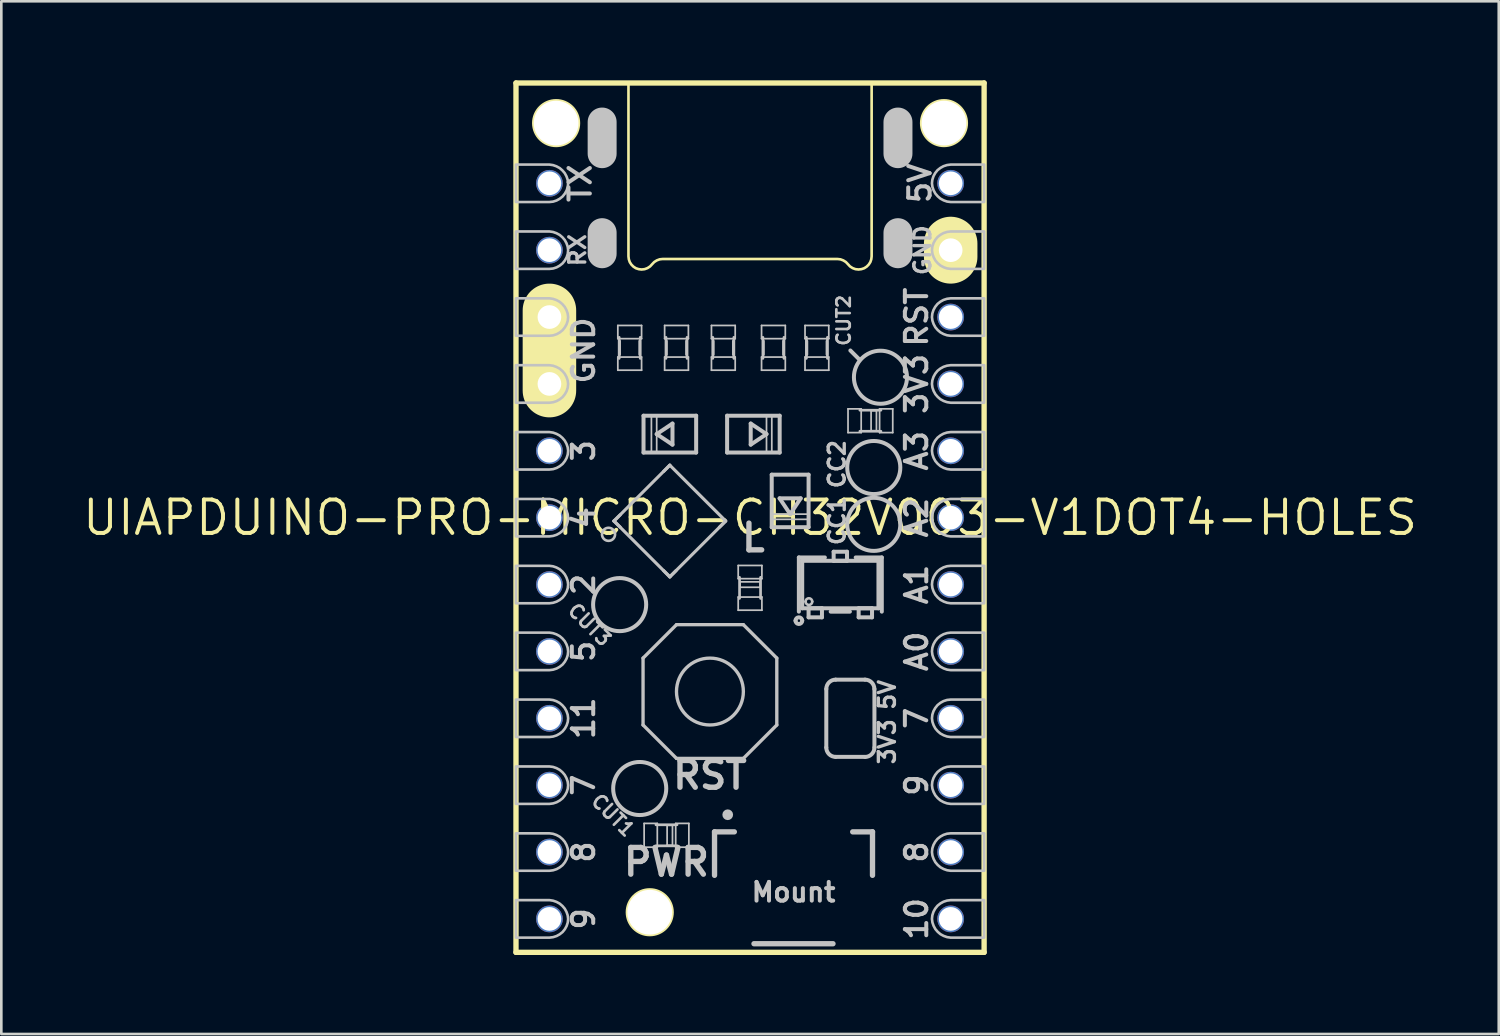
<source format=kicad_pcb>
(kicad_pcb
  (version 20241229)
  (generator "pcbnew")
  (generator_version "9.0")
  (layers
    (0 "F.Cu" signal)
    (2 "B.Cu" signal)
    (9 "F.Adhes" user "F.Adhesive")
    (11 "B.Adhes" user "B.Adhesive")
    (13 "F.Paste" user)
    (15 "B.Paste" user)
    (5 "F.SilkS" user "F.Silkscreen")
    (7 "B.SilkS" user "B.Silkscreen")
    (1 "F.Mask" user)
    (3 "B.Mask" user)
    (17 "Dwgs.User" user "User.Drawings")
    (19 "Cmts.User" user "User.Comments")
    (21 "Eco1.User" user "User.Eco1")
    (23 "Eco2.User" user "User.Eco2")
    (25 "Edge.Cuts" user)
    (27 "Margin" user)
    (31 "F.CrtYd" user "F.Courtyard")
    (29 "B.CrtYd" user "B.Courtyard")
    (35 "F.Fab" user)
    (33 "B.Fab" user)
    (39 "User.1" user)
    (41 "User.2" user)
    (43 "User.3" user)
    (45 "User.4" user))
  (footprint "UIAPDUINO-PRO-MICRO-CH32V003-V1DOT4-HOLES"
    (layer "F.Cu")
    (at 25.438 16.612)
    (property "Reference" "UIAPDUINO-PRO-MICRO-CH32V003-V1DOT4-HOLES" (at 0 0 0) (layer "F.SilkS") (effects (font (size 1.27 1.27) (thickness 0.15))))
    (attr exclude_from_pos_files exclude_from_bom)
    (fp_line (start -8.89 -16.51) (end -8.89 16.51) (stroke (width 0.203) (type solid)) (layer "F.SilkS"))
    (fp_line (start -8.89 16.51) (end 8.89 16.51) (stroke (width 0.203) (type solid)) (layer "F.SilkS"))
    (fp_line (start -7.62 -7.874) (end -7.62 -4.826) (stroke (width 2.032) (type solid)) (layer "F.SilkS"))
    (fp_line (start 7.62 -10.414) (end 7.62 -9.906) (stroke (width 2.032) (type solid)) (layer "F.SilkS"))
    (fp_line (start 8.89 -16.51) (end -8.89 -16.51) (stroke (width 0.203) (type solid)) (layer "F.SilkS"))
    (fp_line (start 8.89 16.51) (end 8.89 -16.51) (stroke (width 0.203) (type solid)) (layer "F.SilkS"))
    (fp_circle (center -7.366 -14.986) (end -7.366 -15.837) (stroke (width 0.127) (type solid)) (fill no) (layer "F.SilkS"))
    (fp_circle (center -3.81 14.986) (end -3.81 14.135) (stroke (width 0.127) (type solid)) (fill no) (layer "F.SilkS"))
    (fp_circle (center 7.366 -14.986) (end 7.366 -15.837) (stroke (width 0.127) (type solid)) (fill no) (layer "F.SilkS"))
    (fp_poly (pts (xy 4.618 -16.525) (xy 4.618 -9.926) (xy 4.605 -9.815) (xy 4.569 -9.708) (xy 4.508 -9.614) (xy 4.43 -9.535) (xy 4.336 -9.474) (xy 4.229 -9.439) (xy 4.12 -9.426) (xy 4.003 -9.439) (xy 3.896 -9.479) (xy 3.797 -9.543) (xy 3.719 -9.627) (xy 3.64 -9.71) (xy 3.543 -9.771) (xy 3.434 -9.812) (xy 3.32 -9.825) (xy -3.32 -9.825) (xy -3.434 -9.812) (xy -3.543 -9.771) (xy -3.64 -9.71) (xy -3.719 -9.627) (xy -3.797 -9.543) (xy -3.896 -9.479) (xy -4.003 -9.439) (xy -4.12 -9.426) (xy -4.229 -9.439) (xy -4.336 -9.474) (xy -4.43 -9.535) (xy -4.508 -9.614) (xy -4.569 -9.708) (xy -4.605 -9.815) (xy -4.618 -9.926) (xy -4.618 -16.525) (xy 4.618 -16.525)) (stroke (width 0.1) (type solid)) (fill no) (layer "F.SilkS"))
    (fp_line (start -7.874 -12.446) (end -7.874 -12.954) (stroke (width 0.066) (type solid)) (layer "Dwgs.User"))
    (fp_line (start -7.874 -9.906) (end -7.874 -10.414) (stroke (width 0.066) (type solid)) (layer "Dwgs.User"))
    (fp_line (start -7.874 -7.366) (end -7.874 -7.874) (stroke (width 0.066) (type solid)) (layer "Dwgs.User"))
    (fp_line (start -7.874 -4.826) (end -7.874 -5.334) (stroke (width 0.066) (type solid)) (layer "Dwgs.User"))
    (fp_line (start -7.874 -2.286) (end -7.874 -2.794) (stroke (width 0.066) (type solid)) (layer "Dwgs.User"))
    (fp_line (start -7.874 0.254) (end -7.874 -0.254) (stroke (width 0.066) (type solid)) (layer "Dwgs.User"))
    (fp_line (start -7.874 2.794) (end -7.874 2.286) (stroke (width 0.066) (type solid)) (layer "Dwgs.User"))
    (fp_line (start -7.874 5.334) (end -7.874 4.826) (stroke (width 0.066) (type solid)) (layer "Dwgs.User"))
    (fp_line (start -7.874 7.874) (end -7.874 7.366) (stroke (width 0.066) (type solid)) (layer "Dwgs.User"))
    (fp_line (start -7.874 10.414) (end -7.874 9.906) (stroke (width 0.066) (type solid)) (layer "Dwgs.User"))
    (fp_line (start -7.874 12.954) (end -7.874 12.446) (stroke (width 0.066) (type solid)) (layer "Dwgs.User"))
    (fp_line (start -7.874 15.494) (end -7.874 14.986) (stroke (width 0.066) (type solid)) (layer "Dwgs.User"))
    (fp_line (start -7.366 -12.954) (end -7.874 -12.954) (stroke (width 0.066) (type solid)) (layer "Dwgs.User"))
    (fp_line (start -7.366 -12.446) (end -7.874 -12.446) (stroke (width 0.066) (type solid)) (layer "Dwgs.User"))
    (fp_line (start -7.366 -12.446) (end -7.366 -12.954) (stroke (width 0.066) (type solid)) (layer "Dwgs.User"))
    (fp_line (start -7.366 -10.414) (end -7.874 -10.414) (stroke (width 0.066) (type solid)) (layer "Dwgs.User"))
    (fp_line (start -7.366 -9.906) (end -7.874 -9.906) (stroke (width 0.066) (type solid)) (layer "Dwgs.User"))
    (fp_line (start -7.366 -9.906) (end -7.366 -10.414) (stroke (width 0.066) (type solid)) (layer "Dwgs.User"))
    (fp_line (start -7.366 -7.874) (end -7.874 -7.874) (stroke (width 0.066) (type solid)) (layer "Dwgs.User"))
    (fp_line (start -7.366 -7.366) (end -7.874 -7.366) (stroke (width 0.066) (type solid)) (layer "Dwgs.User"))
    (fp_line (start -7.366 -7.366) (end -7.366 -7.874) (stroke (width 0.066) (type solid)) (layer "Dwgs.User"))
    (fp_line (start -7.366 -5.334) (end -7.874 -5.334) (stroke (width 0.066) (type solid)) (layer "Dwgs.User"))
    (fp_line (start -7.366 -4.826) (end -7.874 -4.826) (stroke (width 0.066) (type solid)) (layer "Dwgs.User"))
    (fp_line (start -7.366 -4.826) (end -7.366 -5.334) (stroke (width 0.066) (type solid)) (layer "Dwgs.User"))
    (fp_line (start -7.366 -2.794) (end -7.874 -2.794) (stroke (width 0.066) (type solid)) (layer "Dwgs.User"))
    (fp_line (start -7.366 -2.286) (end -7.874 -2.286) (stroke (width 0.066) (type solid)) (layer "Dwgs.User"))
    (fp_line (start -7.366 -2.286) (end -7.366 -2.794) (stroke (width 0.066) (type solid)) (layer "Dwgs.User"))
    (fp_line (start -7.366 -0.254) (end -7.874 -0.254) (stroke (width 0.066) (type solid)) (layer "Dwgs.User"))
    (fp_line (start -7.366 0.254) (end -7.874 0.254) (stroke (width 0.066) (type solid)) (layer "Dwgs.User"))
    (fp_line (start -7.366 0.254) (end -7.366 -0.254) (stroke (width 0.066) (type solid)) (layer "Dwgs.User"))
    (fp_line (start -7.366 2.286) (end -7.874 2.286) (stroke (width 0.066) (type solid)) (layer "Dwgs.User"))
    (fp_line (start -7.366 2.794) (end -7.874 2.794) (stroke (width 0.066) (type solid)) (layer "Dwgs.User"))
    (fp_line (start -7.366 2.794) (end -7.366 2.286) (stroke (width 0.066) (type solid)) (layer "Dwgs.User"))
    (fp_line (start -7.366 4.826) (end -7.874 4.826) (stroke (width 0.066) (type solid)) (layer "Dwgs.User"))
    (fp_line (start -7.366 5.334) (end -7.874 5.334) (stroke (width 0.066) (type solid)) (layer "Dwgs.User"))
    (fp_line (start -7.366 5.334) (end -7.366 4.826) (stroke (width 0.066) (type solid)) (layer "Dwgs.User"))
    (fp_line (start -7.366 7.366) (end -7.874 7.366) (stroke (width 0.066) (type solid)) (layer "Dwgs.User"))
    (fp_line (start -7.366 7.874) (end -7.874 7.874) (stroke (width 0.066) (type solid)) (layer "Dwgs.User"))
    (fp_line (start -7.366 7.874) (end -7.366 7.366) (stroke (width 0.066) (type solid)) (layer "Dwgs.User"))
    (fp_line (start -7.366 9.906) (end -7.874 9.906) (stroke (width 0.066) (type solid)) (layer "Dwgs.User"))
    (fp_line (start -7.366 10.414) (end -7.874 10.414) (stroke (width 0.066) (type solid)) (layer "Dwgs.User"))
    (fp_line (start -7.366 10.414) (end -7.366 9.906) (stroke (width 0.066) (type solid)) (layer "Dwgs.User"))
    (fp_line (start -7.366 12.446) (end -7.874 12.446) (stroke (width 0.066) (type solid)) (layer "Dwgs.User"))
    (fp_line (start -7.366 12.954) (end -7.874 12.954) (stroke (width 0.066) (type solid)) (layer "Dwgs.User"))
    (fp_line (start -7.366 12.954) (end -7.366 12.446) (stroke (width 0.066) (type solid)) (layer "Dwgs.User"))
    (fp_line (start -7.366 14.986) (end -7.874 14.986) (stroke (width 0.066) (type solid)) (layer "Dwgs.User"))
    (fp_line (start -7.366 15.494) (end -7.874 15.494) (stroke (width 0.066) (type solid)) (layer "Dwgs.User"))
    (fp_line (start -7.366 15.494) (end -7.366 14.986) (stroke (width 0.066) (type solid)) (layer "Dwgs.User"))
    (fp_line (start -5.618 -13.825) (end -5.618 -15.027) (stroke (width 1.1) (type solid)) (layer "Dwgs.User"))
    (fp_line (start -5.618 -10.025) (end -5.618 -10.825) (stroke (width 1.1) (type solid)) (layer "Dwgs.User"))
    (fp_line (start -5.169 0.127) (end -4.93 -0.109) (stroke (width 0.119) (type solid)) (layer "Dwgs.User"))
    (fp_line (start -5.169 0.127) (end -3.048 -1.994) (stroke (width 0.119) (type solid)) (layer "Dwgs.User"))
    (fp_line (start -5.022 -7.3) (end -5.022 -6.8) (stroke (width 0.066) (type solid)) (layer "Dwgs.User"))
    (fp_line (start -5.022 -6.101) (end -5.022 -5.601) (stroke (width 0.066) (type solid)) (layer "Dwgs.User"))
    (fp_line (start -4.971 -6.05) (end -4.971 -6.85) (stroke (width 0.102) (type solid)) (layer "Dwgs.User"))
    (fp_line (start -4.953 -6.198) (end -4.953 -6.706) (stroke (width 0.102) (type solid)) (layer "Dwgs.User"))
    (fp_line (start -4.93 0.363) (end -5.169 0.127) (stroke (width 0.119) (type solid)) (layer "Dwgs.User"))
    (fp_line (start -4.191 -6.198) (end -4.191 -6.706) (stroke (width 0.102) (type solid)) (layer "Dwgs.User"))
    (fp_line (start -4.171 -6.05) (end -4.171 -6.85) (stroke (width 0.102) (type solid)) (layer "Dwgs.User"))
    (fp_line (start -4.12 -7.3) (end -5.022 -7.3) (stroke (width 0.066) (type solid)) (layer "Dwgs.User"))
    (fp_line (start -4.12 -7.3) (end -4.12 -6.8) (stroke (width 0.066) (type solid)) (layer "Dwgs.User"))
    (fp_line (start -4.12 -6.8) (end -5.022 -6.8) (stroke (width 0.066) (type solid)) (layer "Dwgs.User"))
    (fp_line (start -4.12 -6.101) (end -5.022 -6.101) (stroke (width 0.066) (type solid)) (layer "Dwgs.User"))
    (fp_line (start -4.12 -6.101) (end -4.12 -5.601) (stroke (width 0.066) (type solid)) (layer "Dwgs.User"))
    (fp_line (start -4.12 -5.601) (end -5.022 -5.601) (stroke (width 0.066) (type solid)) (layer "Dwgs.User"))
    (fp_line (start -4.064 5.334) (end -4.064 7.874) (stroke (width 0.127) (type solid)) (layer "Dwgs.User"))
    (fp_line (start -4.064 7.874) (end -2.794 9.144) (stroke (width 0.127) (type solid)) (layer "Dwgs.User"))
    (fp_line (start -4.046 -3.873) (end -2.047 -3.873) (stroke (width 0.152) (type solid)) (layer "Dwgs.User"))
    (fp_line (start -4.046 -2.474) (end -4.046 -3.873) (stroke (width 0.152) (type solid)) (layer "Dwgs.User"))
    (fp_line (start -4.023 11.613) (end -4.023 12.515) (stroke (width 0.066) (type solid)) (layer "Dwgs.User"))
    (fp_line (start -4.023 11.613) (end -3.523 11.613) (stroke (width 0.066) (type solid)) (layer "Dwgs.User"))
    (fp_line (start -4.023 12.515) (end -3.523 12.515) (stroke (width 0.066) (type solid)) (layer "Dwgs.User"))
    (fp_line (start -3.747 -3.873) (end -3.546 -3.873) (stroke (width 0.066) (type solid)) (layer "Dwgs.User"))
    (fp_line (start -3.747 -2.474) (end -3.747 -3.873) (stroke (width 0.066) (type solid)) (layer "Dwgs.User"))
    (fp_line (start -3.747 -2.474) (end -3.546 -2.474) (stroke (width 0.066) (type solid)) (layer "Dwgs.User"))
    (fp_line (start -3.546 -3.175) (end -2.946 -3.574) (stroke (width 0.152) (type solid)) (layer "Dwgs.User"))
    (fp_line (start -3.546 -2.474) (end -3.546 -3.873) (stroke (width 0.066) (type solid)) (layer "Dwgs.User"))
    (fp_line (start -3.523 11.613) (end -3.523 12.515) (stroke (width 0.066) (type solid)) (layer "Dwgs.User"))
    (fp_line (start -3.284 2.009) (end -3.048 2.248) (stroke (width 0.119) (type solid)) (layer "Dwgs.User"))
    (fp_line (start -3.244 -7.3) (end -3.244 -6.8) (stroke (width 0.066) (type solid)) (layer "Dwgs.User"))
    (fp_line (start -3.244 -6.101) (end -3.244 -5.601) (stroke (width 0.066) (type solid)) (layer "Dwgs.User"))
    (fp_line (start -3.193 -6.05) (end -3.193 -6.85) (stroke (width 0.102) (type solid)) (layer "Dwgs.User"))
    (fp_line (start -3.175 -6.198) (end -3.175 -6.706) (stroke (width 0.102) (type solid)) (layer "Dwgs.User"))
    (fp_line (start -3.15 11.684) (end -3.15 12.446) (stroke (width 0.066) (type solid)) (layer "Dwgs.User"))
    (fp_line (start -3.15 11.684) (end -2.946 11.684) (stroke (width 0.066) (type solid)) (layer "Dwgs.User"))
    (fp_line (start -3.15 12.446) (end -2.946 12.446) (stroke (width 0.066) (type solid)) (layer "Dwgs.User"))
    (fp_line (start -3.048 -1.994) (end -3.284 -1.755) (stroke (width 0.119) (type solid)) (layer "Dwgs.User"))
    (fp_line (start -3.048 -1.994) (end -0.925 0.127) (stroke (width 0.119) (type solid)) (layer "Dwgs.User"))
    (fp_line (start -3.048 2.248) (end -5.169 0.127) (stroke (width 0.119) (type solid)) (layer "Dwgs.User"))
    (fp_line (start -3.048 2.248) (end -2.809 2.009) (stroke (width 0.119) (type solid)) (layer "Dwgs.User"))
    (fp_line (start -2.946 -3.574) (end -2.946 -2.774) (stroke (width 0.152) (type solid)) (layer "Dwgs.User"))
    (fp_line (start -2.946 -2.774) (end -3.546 -3.175) (stroke (width 0.152) (type solid)) (layer "Dwgs.User"))
    (fp_line (start -2.946 11.684) (end -2.946 12.446) (stroke (width 0.066) (type solid)) (layer "Dwgs.User"))
    (fp_line (start -2.824 11.613) (end -2.824 12.515) (stroke (width 0.066) (type solid)) (layer "Dwgs.User"))
    (fp_line (start -2.824 11.613) (end -2.324 11.613) (stroke (width 0.066) (type solid)) (layer "Dwgs.User"))
    (fp_line (start -2.824 12.515) (end -2.324 12.515) (stroke (width 0.066) (type solid)) (layer "Dwgs.User"))
    (fp_line (start -2.794 4.064) (end -4.064 5.334) (stroke (width 0.127) (type solid)) (layer "Dwgs.User"))
    (fp_line (start -2.794 9.144) (end -0.254 9.144) (stroke (width 0.127) (type solid)) (layer "Dwgs.User"))
    (fp_line (start -2.774 11.664) (end -3.574 11.664) (stroke (width 0.102) (type solid)) (layer "Dwgs.User"))
    (fp_line (start -2.774 12.464) (end -3.574 12.464) (stroke (width 0.102) (type solid)) (layer "Dwgs.User"))
    (fp_line (start -2.413 -6.198) (end -2.413 -6.706) (stroke (width 0.102) (type solid)) (layer "Dwgs.User"))
    (fp_line (start -2.393 -6.05) (end -2.393 -6.85) (stroke (width 0.102) (type solid)) (layer "Dwgs.User"))
    (fp_line (start -2.342 -7.3) (end -3.244 -7.3) (stroke (width 0.066) (type solid)) (layer "Dwgs.User"))
    (fp_line (start -2.342 -7.3) (end -2.342 -6.8) (stroke (width 0.066) (type solid)) (layer "Dwgs.User"))
    (fp_line (start -2.342 -6.8) (end -3.244 -6.8) (stroke (width 0.066) (type solid)) (layer "Dwgs.User"))
    (fp_line (start -2.342 -6.101) (end -3.244 -6.101) (stroke (width 0.066) (type solid)) (layer "Dwgs.User"))
    (fp_line (start -2.342 -6.101) (end -2.342 -5.601) (stroke (width 0.066) (type solid)) (layer "Dwgs.User"))
    (fp_line (start -2.342 -5.601) (end -3.244 -5.601) (stroke (width 0.066) (type solid)) (layer "Dwgs.User"))
    (fp_line (start -2.324 11.613) (end -2.324 12.515) (stroke (width 0.066) (type solid)) (layer "Dwgs.User"))
    (fp_line (start -2.047 -3.873) (end -2.047 -2.474) (stroke (width 0.152) (type solid)) (layer "Dwgs.User"))
    (fp_line (start -2.047 -2.474) (end -4.046 -2.474) (stroke (width 0.152) (type solid)) (layer "Dwgs.User"))
    (fp_line (start -1.466 -7.3) (end -1.466 -6.8) (stroke (width 0.066) (type solid)) (layer "Dwgs.User"))
    (fp_line (start -1.466 -6.101) (end -1.466 -5.601) (stroke (width 0.066) (type solid)) (layer "Dwgs.User"))
    (fp_line (start -1.415 -6.05) (end -1.415 -6.85) (stroke (width 0.102) (type solid)) (layer "Dwgs.User"))
    (fp_line (start -1.397 -6.198) (end -1.397 -6.706) (stroke (width 0.102) (type solid)) (layer "Dwgs.User"))
    (fp_line (start -1.349 11.933) (end -0.597 11.933) (stroke (width 0.203) (type solid)) (layer "Dwgs.User"))
    (fp_line (start -1.349 13.584) (end -1.349 11.933) (stroke (width 0.203) (type solid)) (layer "Dwgs.User"))
    (fp_line (start -0.925 0.127) (end -3.048 2.248) (stroke (width 0.119) (type solid)) (layer "Dwgs.User"))
    (fp_line (start -0.925 0.127) (end -1.163 0.363) (stroke (width 0.119) (type solid)) (layer "Dwgs.User"))
    (fp_line (start -0.871 -3.873) (end 1.125 -3.873) (stroke (width 0.152) (type solid)) (layer "Dwgs.User"))
    (fp_line (start -0.871 -2.474) (end -0.871 -3.873) (stroke (width 0.152) (type solid)) (layer "Dwgs.User"))
    (fp_line (start -0.635 -6.198) (end -0.635 -6.706) (stroke (width 0.102) (type solid)) (layer "Dwgs.User"))
    (fp_line (start -0.615 -6.05) (end -0.615 -6.85) (stroke (width 0.102) (type solid)) (layer "Dwgs.User"))
    (fp_line (start -0.564 -7.3) (end -1.466 -7.3) (stroke (width 0.066) (type solid)) (layer "Dwgs.User"))
    (fp_line (start -0.564 -7.3) (end -0.564 -6.8) (stroke (width 0.066) (type solid)) (layer "Dwgs.User"))
    (fp_line (start -0.564 -6.8) (end -1.466 -6.8) (stroke (width 0.066) (type solid)) (layer "Dwgs.User"))
    (fp_line (start -0.564 -6.101) (end -1.466 -6.101) (stroke (width 0.066) (type solid)) (layer "Dwgs.User"))
    (fp_line (start -0.564 -6.101) (end -0.564 -5.601) (stroke (width 0.066) (type solid)) (layer "Dwgs.User"))
    (fp_line (start -0.564 -5.601) (end -1.466 -5.601) (stroke (width 0.066) (type solid)) (layer "Dwgs.User"))
    (fp_line (start -0.45 1.816) (end 0.45 1.816) (stroke (width 0.066) (type solid)) (layer "Dwgs.User"))
    (fp_line (start -0.45 2.316) (end -0.45 1.816) (stroke (width 0.066) (type solid)) (layer "Dwgs.User"))
    (fp_line (start -0.45 2.316) (end 0.45 2.316) (stroke (width 0.066) (type solid)) (layer "Dwgs.User"))
    (fp_line (start -0.45 3.015) (end 0.45 3.015) (stroke (width 0.066) (type solid)) (layer "Dwgs.User"))
    (fp_line (start -0.45 3.515) (end -0.45 3.015) (stroke (width 0.066) (type solid)) (layer "Dwgs.User"))
    (fp_line (start -0.45 3.515) (end 0.45 3.515) (stroke (width 0.066) (type solid)) (layer "Dwgs.User"))
    (fp_line (start -0.399 2.266) (end -0.399 3.066) (stroke (width 0.102) (type solid)) (layer "Dwgs.User"))
    (fp_line (start -0.381 2.438) (end 0.381 2.438) (stroke (width 0.066) (type solid)) (layer "Dwgs.User"))
    (fp_line (start -0.381 2.642) (end -0.381 2.438) (stroke (width 0.066) (type solid)) (layer "Dwgs.User"))
    (fp_line (start -0.381 2.642) (end 0.381 2.642) (stroke (width 0.066) (type solid)) (layer "Dwgs.User"))
    (fp_line (start -0.254 4.064) (end -2.794 4.064) (stroke (width 0.127) (type solid)) (layer "Dwgs.User"))
    (fp_line (start -0.254 9.144) (end 1.016 7.874) (stroke (width 0.127) (type solid)) (layer "Dwgs.User"))
    (fp_line (start 0.025 -3.574) (end 0.625 -3.175) (stroke (width 0.152) (type solid)) (layer "Dwgs.User"))
    (fp_line (start 0.025 -2.774) (end 0.025 -3.574) (stroke (width 0.152) (type solid)) (layer "Dwgs.User"))
    (fp_line (start 0.15 16.182) (end 3.15 16.182) (stroke (width 0.203) (type solid)) (layer "Dwgs.User"))
    (fp_line (start 0.381 2.642) (end 0.381 2.438) (stroke (width 0.066) (type solid)) (layer "Dwgs.User"))
    (fp_line (start 0.399 2.266) (end 0.399 3.066) (stroke (width 0.102) (type solid)) (layer "Dwgs.User"))
    (fp_line (start 0.437 -7.3) (end 0.437 -6.8) (stroke (width 0.066) (type solid)) (layer "Dwgs.User"))
    (fp_line (start 0.437 -6.101) (end 0.437 -5.601) (stroke (width 0.066) (type solid)) (layer "Dwgs.User"))
    (fp_line (start 0.45 2.316) (end 0.45 1.816) (stroke (width 0.066) (type solid)) (layer "Dwgs.User"))
    (fp_line (start 0.45 3.515) (end 0.45 3.015) (stroke (width 0.066) (type solid)) (layer "Dwgs.User"))
    (fp_line (start 0.488 -6.05) (end 0.488 -6.85) (stroke (width 0.102) (type solid)) (layer "Dwgs.User"))
    (fp_line (start 0.508 -6.198) (end 0.508 -6.706) (stroke (width 0.102) (type solid)) (layer "Dwgs.User"))
    (fp_line (start 0.625 -3.873) (end 0.625 -2.474) (stroke (width 0.066) (type solid)) (layer "Dwgs.User"))
    (fp_line (start 0.625 -3.175) (end 0.025 -2.774) (stroke (width 0.152) (type solid)) (layer "Dwgs.User"))
    (fp_line (start 0.823 -1.633) (end 2.223 -1.633) (stroke (width 0.152) (type solid)) (layer "Dwgs.User"))
    (fp_line (start 0.823 0.064) (end 0.823 -0.135) (stroke (width 0.066) (type solid)) (layer "Dwgs.User"))
    (fp_line (start 0.823 0.363) (end 0.823 -1.633) (stroke (width 0.152) (type solid)) (layer "Dwgs.User"))
    (fp_line (start 0.826 -3.873) (end 0.625 -3.873) (stroke (width 0.066) (type solid)) (layer "Dwgs.User"))
    (fp_line (start 0.826 -3.873) (end 0.826 -2.474) (stroke (width 0.066) (type solid)) (layer "Dwgs.User"))
    (fp_line (start 0.826 -2.474) (end 0.625 -2.474) (stroke (width 0.066) (type solid)) (layer "Dwgs.User"))
    (fp_line (start 1.016 5.334) (end -0.254 4.064) (stroke (width 0.127) (type solid)) (layer "Dwgs.User"))
    (fp_line (start 1.016 7.874) (end 1.016 5.334) (stroke (width 0.127) (type solid)) (layer "Dwgs.User"))
    (fp_line (start 1.123 -0.734) (end 1.923 -0.734) (stroke (width 0.152) (type solid)) (layer "Dwgs.User"))
    (fp_line (start 1.125 -3.873) (end 1.125 -2.474) (stroke (width 0.152) (type solid)) (layer "Dwgs.User"))
    (fp_line (start 1.125 -2.474) (end -0.871 -2.474) (stroke (width 0.152) (type solid)) (layer "Dwgs.User"))
    (fp_line (start 1.27 -6.198) (end 1.27 -6.706) (stroke (width 0.102) (type solid)) (layer "Dwgs.User"))
    (fp_line (start 1.288 -6.05) (end 1.288 -6.85) (stroke (width 0.102) (type solid)) (layer "Dwgs.User"))
    (fp_line (start 1.339 -7.3) (end 0.437 -7.3) (stroke (width 0.066) (type solid)) (layer "Dwgs.User"))
    (fp_line (start 1.339 -7.3) (end 1.339 -6.8) (stroke (width 0.066) (type solid)) (layer "Dwgs.User"))
    (fp_line (start 1.339 -6.8) (end 0.437 -6.8) (stroke (width 0.066) (type solid)) (layer "Dwgs.User"))
    (fp_line (start 1.339 -6.101) (end 0.437 -6.101) (stroke (width 0.066) (type solid)) (layer "Dwgs.User"))
    (fp_line (start 1.339 -6.101) (end 1.339 -5.601) (stroke (width 0.066) (type solid)) (layer "Dwgs.User"))
    (fp_line (start 1.339 -5.601) (end 0.437 -5.601) (stroke (width 0.066) (type solid)) (layer "Dwgs.User"))
    (fp_line (start 1.524 -0.135) (end 1.123 -0.734) (stroke (width 0.152) (type solid)) (layer "Dwgs.User"))
    (fp_line (start 1.854 1.511) (end 1.854 3.569) (stroke (width 0.152) (type solid)) (layer "Dwgs.User"))
    (fp_line (start 1.923 -0.734) (end 1.524 -0.135) (stroke (width 0.152) (type solid)) (layer "Dwgs.User"))
    (fp_line (start 1.981 1.638) (end 1.981 3.442) (stroke (width 0.152) (type solid)) (layer "Dwgs.User"))
    (fp_line (start 1.981 3.442) (end 4.877 3.442) (stroke (width 0.152) (type solid)) (layer "Dwgs.User"))
    (fp_line (start 2.088 -7.3) (end 2.088 -6.8) (stroke (width 0.066) (type solid)) (layer "Dwgs.User"))
    (fp_line (start 2.088 -6.101) (end 2.088 -5.601) (stroke (width 0.066) (type solid)) (layer "Dwgs.User"))
    (fp_line (start 2.139 -6.05) (end 2.139 -6.85) (stroke (width 0.102) (type solid)) (layer "Dwgs.User"))
    (fp_line (start 2.159 -6.198) (end 2.159 -6.706) (stroke (width 0.102) (type solid)) (layer "Dwgs.User"))
    (fp_line (start 2.223 -1.633) (end 2.223 0.363) (stroke (width 0.152) (type solid)) (layer "Dwgs.User"))
    (fp_line (start 2.223 -0.135) (end 0.823 -0.135) (stroke (width 0.066) (type solid)) (layer "Dwgs.User"))
    (fp_line (start 2.223 0.064) (end 0.823 0.064) (stroke (width 0.066) (type solid)) (layer "Dwgs.User"))
    (fp_line (start 2.223 0.064) (end 2.223 -0.135) (stroke (width 0.066) (type solid)) (layer "Dwgs.User"))
    (fp_line (start 2.223 0.363) (end 0.823 0.363) (stroke (width 0.152) (type solid)) (layer "Dwgs.User"))
    (fp_line (start 2.223 3.442) (end 2.223 3.785) (stroke (width 0.152) (type solid)) (layer "Dwgs.User"))
    (fp_line (start 2.223 3.785) (end 2.731 3.785) (stroke (width 0.152) (type solid)) (layer "Dwgs.User"))
    (fp_line (start 2.731 3.442) (end 2.223 3.442) (stroke (width 0.152) (type solid)) (layer "Dwgs.User"))
    (fp_line (start 2.731 3.785) (end 2.731 3.442) (stroke (width 0.152) (type solid)) (layer "Dwgs.User"))
    (fp_line (start 2.842 1.511) (end 1.854 1.511) (stroke (width 0.152) (type solid)) (layer "Dwgs.User"))
    (fp_line (start 2.896 8.73) (end 2.896 6.507) (stroke (width 0.152) (type solid)) (layer "Dwgs.User"))
    (fp_line (start 2.921 -6.198) (end 2.921 -6.706) (stroke (width 0.102) (type solid)) (layer "Dwgs.User"))
    (fp_line (start 2.939 -6.05) (end 2.939 -6.85) (stroke (width 0.102) (type solid)) (layer "Dwgs.User"))
    (fp_line (start 2.99 -7.3) (end 2.088 -7.3) (stroke (width 0.066) (type solid)) (layer "Dwgs.User"))
    (fp_line (start 2.99 -7.3) (end 2.99 -6.8) (stroke (width 0.066) (type solid)) (layer "Dwgs.User"))
    (fp_line (start 2.99 -6.8) (end 2.088 -6.8) (stroke (width 0.066) (type solid)) (layer "Dwgs.User"))
    (fp_line (start 2.99 -6.101) (end 2.088 -6.101) (stroke (width 0.066) (type solid)) (layer "Dwgs.User"))
    (fp_line (start 2.99 -6.101) (end 2.99 -5.601) (stroke (width 0.066) (type solid)) (layer "Dwgs.User"))
    (fp_line (start 2.99 -5.601) (end 2.088 -5.601) (stroke (width 0.066) (type solid)) (layer "Dwgs.User"))
    (fp_line (start 3.063 3.569) (end 3.792 3.569) (stroke (width 0.152) (type solid)) (layer "Dwgs.User"))
    (fp_line (start 3.175 1.293) (end 3.175 1.638) (stroke (width 0.152) (type solid)) (layer "Dwgs.User"))
    (fp_line (start 3.175 1.638) (end 3.683 1.638) (stroke (width 0.152) (type solid)) (layer "Dwgs.User"))
    (fp_line (start 3.683 1.293) (end 3.175 1.293) (stroke (width 0.152) (type solid)) (layer "Dwgs.User"))
    (fp_line (start 3.683 1.638) (end 3.683 1.293) (stroke (width 0.152) (type solid)) (layer "Dwgs.User"))
    (fp_line (start 3.721 -4.133) (end 3.721 -3.231) (stroke (width 0.066) (type solid)) (layer "Dwgs.User"))
    (fp_line (start 3.721 -4.133) (end 4.221 -4.133) (stroke (width 0.066) (type solid)) (layer "Dwgs.User"))
    (fp_line (start 3.721 -3.231) (end 4.221 -3.231) (stroke (width 0.066) (type solid)) (layer "Dwgs.User"))
    (fp_line (start 3.899 11.933) (end 4.651 11.933) (stroke (width 0.203) (type solid)) (layer "Dwgs.User"))
    (fp_line (start 4.125 3.442) (end 4.125 3.785) (stroke (width 0.152) (type solid)) (layer "Dwgs.User"))
    (fp_line (start 4.125 3.785) (end 4.633 3.785) (stroke (width 0.152) (type solid)) (layer "Dwgs.User"))
    (fp_line (start 4.166 -5.994) (end 3.81 -6.35) (stroke (width 0.152) (type solid)) (layer "Dwgs.User"))
    (fp_line (start 4.221 -4.133) (end 4.221 -3.231) (stroke (width 0.066) (type solid)) (layer "Dwgs.User"))
    (fp_line (start 4.366 6.152) (end 3.251 6.152) (stroke (width 0.152) (type solid)) (layer "Dwgs.User"))
    (fp_line (start 4.366 9.086) (end 3.251 9.086) (stroke (width 0.152) (type solid)) (layer "Dwgs.User"))
    (fp_line (start 4.597 -4.064) (end 4.597 -3.302) (stroke (width 0.066) (type solid)) (layer "Dwgs.User"))
    (fp_line (start 4.597 -4.064) (end 4.801 -4.064) (stroke (width 0.066) (type solid)) (layer "Dwgs.User"))
    (fp_line (start 4.597 -3.302) (end 4.801 -3.302) (stroke (width 0.066) (type solid)) (layer "Dwgs.User"))
    (fp_line (start 4.633 3.442) (end 4.125 3.442) (stroke (width 0.152) (type solid)) (layer "Dwgs.User"))
    (fp_line (start 4.633 3.785) (end 4.633 3.442) (stroke (width 0.152) (type solid)) (layer "Dwgs.User"))
    (fp_line (start 4.651 11.933) (end 4.651 13.584) (stroke (width 0.203) (type solid)) (layer "Dwgs.User"))
    (fp_line (start 4.724 6.507) (end 4.724 8.73) (stroke (width 0.152) (type solid)) (layer "Dwgs.User"))
    (fp_line (start 4.801 -4.064) (end 4.801 -3.302) (stroke (width 0.066) (type solid)) (layer "Dwgs.User"))
    (fp_line (start 4.877 1.638) (end 1.981 1.638) (stroke (width 0.152) (type solid)) (layer "Dwgs.User"))
    (fp_line (start 4.877 3.442) (end 4.877 1.638) (stroke (width 0.152) (type solid)) (layer "Dwgs.User"))
    (fp_line (start 4.92 -4.133) (end 4.92 -3.231) (stroke (width 0.066) (type solid)) (layer "Dwgs.User"))
    (fp_line (start 4.92 -4.133) (end 5.42 -4.133) (stroke (width 0.066) (type solid)) (layer "Dwgs.User"))
    (fp_line (start 4.92 -3.231) (end 5.42 -3.231) (stroke (width 0.066) (type solid)) (layer "Dwgs.User"))
    (fp_line (start 4.971 -4.082) (end 4.171 -4.082) (stroke (width 0.102) (type solid)) (layer "Dwgs.User"))
    (fp_line (start 4.971 -3.282) (end 4.171 -3.282) (stroke (width 0.102) (type solid)) (layer "Dwgs.User"))
    (fp_line (start 5.004 1.511) (end 4.013 1.511) (stroke (width 0.152) (type solid)) (layer "Dwgs.User"))
    (fp_line (start 5.004 3.569) (end 5.004 1.511) (stroke (width 0.152) (type solid)) (layer "Dwgs.User"))
    (fp_line (start 5.42 -4.133) (end 5.42 -3.231) (stroke (width 0.066) (type solid)) (layer "Dwgs.User"))
    (fp_line (start 5.618 -13.825) (end 5.618 -15.027) (stroke (width 1.1) (type solid)) (layer "Dwgs.User"))
    (fp_line (start 5.618 -10.025) (end 5.618 -10.825) (stroke (width 1.1) (type solid)) (layer "Dwgs.User"))
    (fp_line (start 7.366 -12.954) (end 7.366 -12.446) (stroke (width 0.066) (type solid)) (layer "Dwgs.User"))
    (fp_line (start 7.366 -12.954) (end 7.874 -12.954) (stroke (width 0.066) (type solid)) (layer "Dwgs.User"))
    (fp_line (start 7.366 -12.446) (end 7.874 -12.446) (stroke (width 0.066) (type solid)) (layer "Dwgs.User"))
    (fp_line (start 7.366 -10.414) (end 7.366 -9.906) (stroke (width 0.066) (type solid)) (layer "Dwgs.User"))
    (fp_line (start 7.366 -10.414) (end 7.874 -10.414) (stroke (width 0.066) (type solid)) (layer "Dwgs.User"))
    (fp_line (start 7.366 -9.906) (end 7.874 -9.906) (stroke (width 0.066) (type solid)) (layer "Dwgs.User"))
    (fp_line (start 7.366 -7.874) (end 7.366 -7.366) (stroke (width 0.066) (type solid)) (layer "Dwgs.User"))
    (fp_line (start 7.366 -7.874) (end 7.874 -7.874) (stroke (width 0.066) (type solid)) (layer "Dwgs.User"))
    (fp_line (start 7.366 -7.366) (end 7.874 -7.366) (stroke (width 0.066) (type solid)) (layer "Dwgs.User"))
    (fp_line (start 7.366 -5.334) (end 7.366 -4.826) (stroke (width 0.066) (type solid)) (layer "Dwgs.User"))
    (fp_line (start 7.366 -5.334) (end 7.874 -5.334) (stroke (width 0.066) (type solid)) (layer "Dwgs.User"))
    (fp_line (start 7.366 -4.826) (end 7.874 -4.826) (stroke (width 0.066) (type solid)) (layer "Dwgs.User"))
    (fp_line (start 7.366 -2.794) (end 7.366 -2.286) (stroke (width 0.066) (type solid)) (layer "Dwgs.User"))
    (fp_line (start 7.366 -2.794) (end 7.874 -2.794) (stroke (width 0.066) (type solid)) (layer "Dwgs.User"))
    (fp_line (start 7.366 -2.286) (end 7.874 -2.286) (stroke (width 0.066) (type solid)) (layer "Dwgs.User"))
    (fp_line (start 7.366 -0.254) (end 7.366 0.254) (stroke (width 0.066) (type solid)) (layer "Dwgs.User"))
    (fp_line (start 7.366 -0.254) (end 7.874 -0.254) (stroke (width 0.066) (type solid)) (layer "Dwgs.User"))
    (fp_line (start 7.366 0.254) (end 7.874 0.254) (stroke (width 0.066) (type solid)) (layer "Dwgs.User"))
    (fp_line (start 7.366 2.286) (end 7.366 2.794) (stroke (width 0.066) (type solid)) (layer "Dwgs.User"))
    (fp_line (start 7.366 2.286) (end 7.874 2.286) (stroke (width 0.066) (type solid)) (layer "Dwgs.User"))
    (fp_line (start 7.366 2.794) (end 7.874 2.794) (stroke (width 0.066) (type solid)) (layer "Dwgs.User"))
    (fp_line (start 7.366 4.826) (end 7.366 5.334) (stroke (width 0.066) (type solid)) (layer "Dwgs.User"))
    (fp_line (start 7.366 4.826) (end 7.874 4.826) (stroke (width 0.066) (type solid)) (layer "Dwgs.User"))
    (fp_line (start 7.366 5.334) (end 7.874 5.334) (stroke (width 0.066) (type solid)) (layer "Dwgs.User"))
    (fp_line (start 7.366 7.366) (end 7.366 7.874) (stroke (width 0.066) (type solid)) (layer "Dwgs.User"))
    (fp_line (start 7.366 7.366) (end 7.874 7.366) (stroke (width 0.066) (type solid)) (layer "Dwgs.User"))
    (fp_line (start 7.366 7.874) (end 7.874 7.874) (stroke (width 0.066) (type solid)) (layer "Dwgs.User"))
    (fp_line (start 7.366 9.906) (end 7.366 10.414) (stroke (width 0.066) (type solid)) (layer "Dwgs.User"))
    (fp_line (start 7.366 9.906) (end 7.874 9.906) (stroke (width 0.066) (type solid)) (layer "Dwgs.User"))
    (fp_line (start 7.366 10.414) (end 7.874 10.414) (stroke (width 0.066) (type solid)) (layer "Dwgs.User"))
    (fp_line (start 7.366 12.446) (end 7.366 12.954) (stroke (width 0.066) (type solid)) (layer "Dwgs.User"))
    (fp_line (start 7.366 12.446) (end 7.874 12.446) (stroke (width 0.066) (type solid)) (layer "Dwgs.User"))
    (fp_line (start 7.366 12.954) (end 7.874 12.954) (stroke (width 0.066) (type solid)) (layer "Dwgs.User"))
    (fp_line (start 7.366 14.986) (end 7.366 15.494) (stroke (width 0.066) (type solid)) (layer "Dwgs.User"))
    (fp_line (start 7.366 14.986) (end 7.874 14.986) (stroke (width 0.066) (type solid)) (layer "Dwgs.User"))
    (fp_line (start 7.366 15.494) (end 7.874 15.494) (stroke (width 0.066) (type solid)) (layer "Dwgs.User"))
    (fp_line (start 7.874 -12.954) (end 7.874 -12.446) (stroke (width 0.066) (type solid)) (layer "Dwgs.User"))
    (fp_line (start 7.874 -10.414) (end 7.874 -9.906) (stroke (width 0.066) (type solid)) (layer "Dwgs.User"))
    (fp_line (start 7.874 -7.874) (end 7.874 -7.366) (stroke (width 0.066) (type solid)) (layer "Dwgs.User"))
    (fp_line (start 7.874 -5.334) (end 7.874 -4.826) (stroke (width 0.066) (type solid)) (layer "Dwgs.User"))
    (fp_line (start 7.874 -2.794) (end 7.874 -2.286) (stroke (width 0.066) (type solid)) (layer "Dwgs.User"))
    (fp_line (start 7.874 -0.254) (end 7.874 0.254) (stroke (width 0.066) (type solid)) (layer "Dwgs.User"))
    (fp_line (start 7.874 2.286) (end 7.874 2.794) (stroke (width 0.066) (type solid)) (layer "Dwgs.User"))
    (fp_line (start 7.874 4.826) (end 7.874 5.334) (stroke (width 0.066) (type solid)) (layer "Dwgs.User"))
    (fp_line (start 7.874 7.366) (end 7.874 7.874) (stroke (width 0.066) (type solid)) (layer "Dwgs.User"))
    (fp_line (start 7.874 9.906) (end 7.874 10.414) (stroke (width 0.066) (type solid)) (layer "Dwgs.User"))
    (fp_line (start 7.874 12.446) (end 7.874 12.954) (stroke (width 0.066) (type solid)) (layer "Dwgs.User"))
    (fp_line (start 7.874 14.986) (end 7.874 15.494) (stroke (width 0.066) (type solid)) (layer "Dwgs.User"))
    (fp_arc (start 1.7272 3.9116) (mid 1.8542 3.7846) (end 1.9812 3.9116) (stroke (width 0.1524) (type solid)) (layer "Dwgs.User"))
    (fp_arc (start 1.9812 3.9116) (mid 1.8542 4.0386) (end 1.7272 3.9116) (stroke (width 0.1524) (type solid)) (layer "Dwgs.User"))
    (fp_arc (start 2.1082 3.1877) (mid 2.2352 3.0607) (end 2.3622 3.1877) (stroke (width 0.1) (type solid)) (layer "Dwgs.User"))
    (fp_arc (start 2.3622 3.1877) (mid 2.2352 3.3147) (end 2.1082 3.1877) (stroke (width 0.1) (type solid)) (layer "Dwgs.User"))
    (fp_arc (start 2.8956 6.50748) (mid 2.999753 6.256033) (end 3.2512 6.15188) (stroke (width 0.1524) (type solid)) (layer "Dwgs.User"))
    (fp_arc (start 3.2512 9.08558) (mid 2.999753 8.981427) (end 2.8956 8.72998) (stroke (width 0.1524) (type solid)) (layer "Dwgs.User"))
    (fp_arc (start 4.36626 6.15188) (mid 4.617707 6.256033) (end 4.72186 6.50748) (stroke (width 0.1524) (type solid)) (layer "Dwgs.User"))
    (fp_arc (start 4.7244 8.72998) (mid 4.619503 8.983223) (end 4.36626 9.08812) (stroke (width 0.1524) (type solid)) (layer "Dwgs.User"))
    (fp_circle (center -5.375 0.632) (end -5.375 0.384) (stroke (width 0.1) (type solid)) (fill no) (layer "Dwgs.User"))
    (fp_circle (center -4.953 3.302) (end -4.953 2.294) (stroke (width 0.152) (type solid)) (fill no) (layer "Dwgs.User"))
    (fp_circle (center -4.191 10.287) (end -4.191 9.279) (stroke (width 0.152) (type solid)) (fill no) (layer "Dwgs.User"))
    (fp_circle (center -1.524 6.604) (end -1.524 5.334) (stroke (width 0.127) (type solid)) (fill no) (layer "Dwgs.User"))
    (fp_circle (center -0.848 11.283) (end -0.848 11.181) (stroke (width 0.203) (type solid)) (fill no) (layer "Dwgs.User"))
    (fp_circle (center 4.699 -1.905) (end 4.699 -2.913) (stroke (width 0.152) (type solid)) (fill no) (layer "Dwgs.User"))
    (fp_circle (center 4.699 0.254) (end 4.699 -0.754) (stroke (width 0.152) (type solid)) (fill no) (layer "Dwgs.User"))
    (fp_circle (center 4.953 -5.334) (end 4.953 -6.342) (stroke (width 0.152) (type solid)) (fill no) (layer "Dwgs.User"))
    (fp_poly (pts (xy -8.89 -11.989) (xy -7.62 -11.989) (xy -7.48 -12.004) (xy -7.348 -12.047) (xy -7.229 -12.113) (xy -7.12 -12.2) (xy -7.033 -12.309) (xy -6.967 -12.428) (xy -6.924 -12.56) (xy -6.909 -12.7) (xy -6.927 -12.835) (xy -6.972 -12.964) (xy -7.038 -13.086) (xy -7.127 -13.19) (xy -7.231 -13.279) (xy -7.353 -13.345) (xy -7.483 -13.391) (xy -7.62 -13.411) (xy -8.89 -13.411) (xy -8.89 -11.989)) (stroke (width 0.1) (type solid)) (fill no) (layer "Dwgs.User"))
    (fp_poly (pts (xy -8.89 -9.449) (xy -7.62 -9.449) (xy -7.48 -9.464) (xy -7.348 -9.507) (xy -7.229 -9.573) (xy -7.12 -9.66) (xy -7.033 -9.769) (xy -6.967 -9.888) (xy -6.924 -10.02) (xy -6.909 -10.16) (xy -6.927 -10.295) (xy -6.972 -10.424) (xy -7.038 -10.546) (xy -7.127 -10.65) (xy -7.231 -10.739) (xy -7.353 -10.805) (xy -7.483 -10.851) (xy -7.62 -10.871) (xy -8.89 -10.871) (xy -8.89 -9.449)) (stroke (width 0.1) (type solid)) (fill no) (layer "Dwgs.User"))
    (fp_poly (pts (xy -8.89 -6.909) (xy -7.62 -6.909) (xy -7.48 -6.924) (xy -7.348 -6.967) (xy -7.229 -7.033) (xy -7.12 -7.12) (xy -7.033 -7.229) (xy -6.967 -7.348) (xy -6.924 -7.48) (xy -6.909 -7.62) (xy -6.927 -7.755) (xy -6.972 -7.884) (xy -7.038 -8.006) (xy -7.127 -8.11) (xy -7.231 -8.199) (xy -7.353 -8.265) (xy -7.483 -8.311) (xy -7.62 -8.331) (xy -8.89 -8.331) (xy -8.89 -6.909)) (stroke (width 0.1) (type solid)) (fill no) (layer "Dwgs.User"))
    (fp_poly (pts (xy -8.89 -4.366) (xy -7.62 -4.366) (xy -7.48 -4.384) (xy -7.348 -4.427) (xy -7.229 -4.493) (xy -7.12 -4.58) (xy -7.033 -4.689) (xy -6.967 -4.808) (xy -6.924 -4.94) (xy -6.909 -5.08) (xy -6.927 -5.215) (xy -6.972 -5.344) (xy -7.038 -5.466) (xy -7.127 -5.57) (xy -7.231 -5.659) (xy -7.353 -5.725) (xy -7.483 -5.771) (xy -7.62 -5.791) (xy -8.89 -5.791) (xy -8.89 -4.366)) (stroke (width 0.1) (type solid)) (fill no) (layer "Dwgs.User"))
    (fp_poly (pts (xy -8.89 -1.829) (xy -7.62 -1.829) (xy -7.48 -1.844) (xy -7.348 -1.887) (xy -7.229 -1.953) (xy -7.12 -2.04) (xy -7.033 -2.149) (xy -6.967 -2.268) (xy -6.924 -2.4) (xy -6.909 -2.54) (xy -6.927 -2.675) (xy -6.972 -2.804) (xy -7.038 -2.926) (xy -7.127 -3.03) (xy -7.231 -3.119) (xy -7.353 -3.185) (xy -7.483 -3.231) (xy -7.62 -3.251) (xy -8.89 -3.251) (xy -8.89 -1.829)) (stroke (width 0.1) (type solid)) (fill no) (layer "Dwgs.User"))
    (fp_poly (pts (xy -8.89 0.711) (xy -7.62 0.711) (xy -7.48 0.693) (xy -7.348 0.65) (xy -7.229 0.584) (xy -7.12 0.498) (xy -7.033 0.389) (xy -6.967 0.269) (xy -6.924 0.137) (xy -6.909 0) (xy -6.927 -0.135) (xy -6.972 -0.264) (xy -7.038 -0.386) (xy -7.127 -0.49) (xy -7.231 -0.579) (xy -7.353 -0.645) (xy -7.483 -0.691) (xy -7.62 -0.711) (xy -8.89 -0.711) (xy -8.89 0.711)) (stroke (width 0.1) (type solid)) (fill no) (layer "Dwgs.User"))
    (fp_poly (pts (xy -8.89 3.251) (xy -7.62 3.251) (xy -7.48 3.233) (xy -7.348 3.19) (xy -7.229 3.124) (xy -7.12 3.038) (xy -7.033 2.929) (xy -6.967 2.809) (xy -6.924 2.677) (xy -6.909 2.54) (xy -6.927 2.403) (xy -6.972 2.273) (xy -7.038 2.151) (xy -7.127 2.047) (xy -7.231 1.958) (xy -7.353 1.892) (xy -7.483 1.847) (xy -7.62 1.829) (xy -8.89 1.829) (xy -8.89 3.251)) (stroke (width 0.1) (type solid)) (fill no) (layer "Dwgs.User"))
    (fp_poly (pts (xy -8.89 5.791) (xy -7.62 5.791) (xy -7.48 5.773) (xy -7.348 5.73) (xy -7.229 5.664) (xy -7.12 5.578) (xy -7.033 5.469) (xy -6.967 5.349) (xy -6.924 5.217) (xy -6.909 5.08) (xy -6.927 4.943) (xy -6.972 4.813) (xy -7.038 4.691) (xy -7.127 4.587) (xy -7.231 4.498) (xy -7.353 4.432) (xy -7.483 4.387) (xy -7.62 4.366) (xy -8.89 4.366) (xy -8.89 5.791)) (stroke (width 0.1) (type solid)) (fill no) (layer "Dwgs.User"))
    (fp_poly (pts (xy -8.89 8.331) (xy -7.62 8.331) (xy -7.48 8.313) (xy -7.348 8.27) (xy -7.229 8.204) (xy -7.12 8.118) (xy -7.033 8.009) (xy -6.967 7.889) (xy -6.924 7.757) (xy -6.909 7.62) (xy -6.927 7.483) (xy -6.972 7.353) (xy -7.038 7.231) (xy -7.127 7.127) (xy -7.231 7.038) (xy -7.353 6.972) (xy -7.483 6.927) (xy -7.62 6.909) (xy -8.89 6.909) (xy -8.89 8.331)) (stroke (width 0.1) (type solid)) (fill no) (layer "Dwgs.User"))
    (fp_poly (pts (xy -8.89 10.871) (xy -7.62 10.871) (xy -7.48 10.853) (xy -7.348 10.81) (xy -7.229 10.744) (xy -7.12 10.658) (xy -7.033 10.549) (xy -6.967 10.429) (xy -6.924 10.297) (xy -6.909 10.16) (xy -6.927 10.023) (xy -6.972 9.893) (xy -7.038 9.771) (xy -7.127 9.667) (xy -7.231 9.578) (xy -7.353 9.512) (xy -7.483 9.467) (xy -7.62 9.449) (xy -8.89 9.449) (xy -8.89 10.871)) (stroke (width 0.1) (type solid)) (fill no) (layer "Dwgs.User"))
    (fp_poly (pts (xy -8.89 13.411) (xy -7.62 13.411) (xy -7.48 13.393) (xy -7.348 13.35) (xy -7.229 13.284) (xy -7.12 13.198) (xy -7.033 13.089) (xy -6.967 12.969) (xy -6.924 12.837) (xy -6.909 12.7) (xy -6.927 12.563) (xy -6.972 12.433) (xy -7.038 12.311) (xy -7.127 12.207) (xy -7.231 12.118) (xy -7.353 12.052) (xy -7.483 12.007) (xy -7.62 11.989) (xy -8.89 11.989) (xy -8.89 13.411)) (stroke (width 0.1) (type solid)) (fill no) (layer "Dwgs.User"))
    (fp_poly (pts (xy -8.89 15.951) (xy -7.62 15.951) (xy -7.48 15.933) (xy -7.348 15.89) (xy -7.229 15.824) (xy -7.12 15.738) (xy -7.033 15.629) (xy -6.967 15.509) (xy -6.924 15.377) (xy -6.909 15.24) (xy -6.927 15.103) (xy -6.972 14.973) (xy -7.038 14.851) (xy -7.127 14.747) (xy -7.231 14.658) (xy -7.353 14.592) (xy -7.483 14.547) (xy -7.62 14.526) (xy -8.89 14.526) (xy -8.89 15.951)) (stroke (width 0.1) (type solid)) (fill no) (layer "Dwgs.User"))
    (fp_poly (pts (xy 8.89 -13.411) (xy 7.62 -13.411) (xy 7.48 -13.393) (xy 7.348 -13.35) (xy 7.229 -13.284) (xy 7.12 -13.198) (xy 7.033 -13.089) (xy 6.967 -12.969) (xy 6.924 -12.837) (xy 6.909 -12.7) (xy 6.927 -12.563) (xy 6.972 -12.433) (xy 7.038 -12.311) (xy 7.127 -12.207) (xy 7.231 -12.118) (xy 7.353 -12.052) (xy 7.483 -12.007) (xy 7.62 -11.989) (xy 8.89 -11.989) (xy 8.89 -13.411)) (stroke (width 0.1) (type solid)) (fill no) (layer "Dwgs.User"))
    (fp_poly (pts (xy 8.89 -10.871) (xy 7.62 -10.871) (xy 7.48 -10.853) (xy 7.348 -10.81) (xy 7.229 -10.744) (xy 7.12 -10.658) (xy 7.033 -10.549) (xy 6.967 -10.429) (xy 6.924 -10.297) (xy 6.909 -10.16) (xy 6.927 -10.023) (xy 6.972 -9.893) (xy 7.038 -9.771) (xy 7.127 -9.667) (xy 7.231 -9.578) (xy 7.353 -9.512) (xy 7.483 -9.467) (xy 7.62 -9.449) (xy 8.89 -9.449) (xy 8.89 -10.871)) (stroke (width 0.1) (type solid)) (fill no) (layer "Dwgs.User"))
    (fp_poly (pts (xy 8.89 -8.331) (xy 7.62 -8.331) (xy 7.48 -8.313) (xy 7.348 -8.27) (xy 7.229 -8.204) (xy 7.12 -8.118) (xy 7.033 -8.009) (xy 6.967 -7.889) (xy 6.924 -7.757) (xy 6.909 -7.62) (xy 6.927 -7.483) (xy 6.972 -7.353) (xy 7.038 -7.231) (xy 7.127 -7.127) (xy 7.231 -7.038) (xy 7.353 -6.972) (xy 7.483 -6.927) (xy 7.62 -6.909) (xy 8.89 -6.909) (xy 8.89 -8.331)) (stroke (width 0.1) (type solid)) (fill no) (layer "Dwgs.User"))
    (fp_poly (pts (xy 8.89 -5.791) (xy 7.62 -5.791) (xy 7.48 -5.773) (xy 7.348 -5.73) (xy 7.229 -5.664) (xy 7.12 -5.578) (xy 7.033 -5.469) (xy 6.967 -5.349) (xy 6.924 -5.217) (xy 6.909 -5.08) (xy 6.927 -4.943) (xy 6.972 -4.813) (xy 7.038 -4.691) (xy 7.127 -4.587) (xy 7.231 -4.498) (xy 7.353 -4.432) (xy 7.483 -4.387) (xy 7.62 -4.366) (xy 8.89 -4.366) (xy 8.89 -5.791)) (stroke (width 0.1) (type solid)) (fill no) (layer "Dwgs.User"))
    (fp_poly (pts (xy 8.89 -3.251) (xy 7.62 -3.251) (xy 7.48 -3.233) (xy 7.348 -3.19) (xy 7.229 -3.124) (xy 7.12 -3.038) (xy 7.033 -2.929) (xy 6.967 -2.809) (xy 6.924 -2.677) (xy 6.909 -2.54) (xy 6.927 -2.403) (xy 6.972 -2.273) (xy 7.038 -2.151) (xy 7.127 -2.047) (xy 7.231 -1.958) (xy 7.353 -1.892) (xy 7.483 -1.847) (xy 7.62 -1.829) (xy 8.89 -1.829) (xy 8.89 -3.251)) (stroke (width 0.1) (type solid)) (fill no) (layer "Dwgs.User"))
    (fp_poly (pts (xy 8.89 -0.711) (xy 7.62 -0.711) (xy 7.48 -0.693) (xy 7.348 -0.65) (xy 7.229 -0.584) (xy 7.12 -0.498) (xy 7.033 -0.389) (xy 6.967 -0.269) (xy 6.924 -0.137) (xy 6.909 0) (xy 6.927 0.135) (xy 6.972 0.264) (xy 7.038 0.386) (xy 7.127 0.49) (xy 7.231 0.579) (xy 7.353 0.645) (xy 7.483 0.691) (xy 7.62 0.711) (xy 8.89 0.711) (xy 8.89 -0.711)) (stroke (width 0.1) (type solid)) (fill no) (layer "Dwgs.User"))
    (fp_poly (pts (xy 8.89 1.829) (xy 7.62 1.829) (xy 7.48 1.844) (xy 7.348 1.887) (xy 7.229 1.953) (xy 7.12 2.04) (xy 7.033 2.149) (xy 6.967 2.268) (xy 6.924 2.4) (xy 6.909 2.54) (xy 6.927 2.675) (xy 6.972 2.804) (xy 7.038 2.926) (xy 7.127 3.03) (xy 7.231 3.119) (xy 7.353 3.185) (xy 7.483 3.231) (xy 7.62 3.251) (xy 8.89 3.251) (xy 8.89 1.829)) (stroke (width 0.1) (type solid)) (fill no) (layer "Dwgs.User"))
    (fp_poly (pts (xy 8.89 4.366) (xy 7.62 4.366) (xy 7.48 4.384) (xy 7.348 4.427) (xy 7.229 4.493) (xy 7.12 4.58) (xy 7.033 4.689) (xy 6.967 4.808) (xy 6.924 4.94) (xy 6.909 5.08) (xy 6.927 5.215) (xy 6.972 5.344) (xy 7.038 5.466) (xy 7.127 5.57) (xy 7.231 5.659) (xy 7.353 5.725) (xy 7.483 5.771) (xy 7.62 5.791) (xy 8.89 5.791) (xy 8.89 4.366)) (stroke (width 0.1) (type solid)) (fill no) (layer "Dwgs.User"))
    (fp_poly (pts (xy 8.89 6.909) (xy 7.62 6.909) (xy 7.48 6.924) (xy 7.348 6.967) (xy 7.229 7.033) (xy 7.12 7.12) (xy 7.033 7.229) (xy 6.967 7.348) (xy 6.924 7.48) (xy 6.909 7.62) (xy 6.927 7.755) (xy 6.972 7.884) (xy 7.038 8.006) (xy 7.127 8.11) (xy 7.231 8.199) (xy 7.353 8.265) (xy 7.483 8.311) (xy 7.62 8.331) (xy 8.89 8.331) (xy 8.89 6.909)) (stroke (width 0.1) (type solid)) (fill no) (layer "Dwgs.User"))
    (fp_poly (pts (xy 8.89 9.449) (xy 7.62 9.449) (xy 7.48 9.464) (xy 7.348 9.507) (xy 7.229 9.573) (xy 7.12 9.66) (xy 7.033 9.769) (xy 6.967 9.888) (xy 6.924 10.02) (xy 6.909 10.16) (xy 6.927 10.295) (xy 6.972 10.424) (xy 7.038 10.546) (xy 7.127 10.65) (xy 7.231 10.739) (xy 7.353 10.805) (xy 7.483 10.851) (xy 7.62 10.871) (xy 8.89 10.871) (xy 8.89 9.449)) (stroke (width 0.1) (type solid)) (fill no) (layer "Dwgs.User"))
    (fp_poly (pts (xy 8.89 11.989) (xy 7.62 11.989) (xy 7.48 12.004) (xy 7.348 12.047) (xy 7.229 12.113) (xy 7.12 12.2) (xy 7.033 12.309) (xy 6.967 12.428) (xy 6.924 12.56) (xy 6.909 12.7) (xy 6.927 12.835) (xy 6.972 12.964) (xy 7.038 13.086) (xy 7.127 13.19) (xy 7.231 13.279) (xy 7.353 13.345) (xy 7.483 13.391) (xy 7.62 13.411) (xy 8.89 13.411) (xy 8.89 11.989)) (stroke (width 0.1) (type solid)) (fill no) (layer "Dwgs.User"))
    (fp_poly (pts (xy 8.89 14.526) (xy 7.62 14.526) (xy 7.48 14.544) (xy 7.348 14.587) (xy 7.229 14.653) (xy 7.12 14.74) (xy 7.033 14.849) (xy 6.967 14.968) (xy 6.924 15.1) (xy 6.909 15.24) (xy 6.927 15.375) (xy 6.972 15.504) (xy 7.038 15.626) (xy 7.127 15.73) (xy 7.231 15.819) (xy 7.353 15.885) (xy 7.483 15.931) (xy 7.62 15.951) (xy 8.89 15.951) (xy 8.89 14.526)) (stroke (width 0.1) (type solid)) (fill no) (layer "Dwgs.User"))
    (fp_text user "4" (at -6.325 0 270) (layer "Dwgs.User") (effects (font (size 0.813 0.813) (thickness 0.152))))
    (fp_text user "A0" (at 6.325 5.08 90) (layer "Dwgs.User") (effects (font (size 0.813 0.813) (thickness 0.152))))
    (fp_text user "9" (at 6.325 10.16 90) (layer "Dwgs.User") (effects (font (size 0.813 0.813) (thickness 0.152))))
    (fp_text user "10" (at 6.325 15.24 90) (layer "Dwgs.User") (effects (font (size 0.813 0.813) (thickness 0.152))))
    (fp_text user "3V3" (at 5.207 8.509 90) (layer "Dwgs.User") (effects (font (size 0.61 0.61) (thickness 0.127))))
    (fp_text user "CUT1" (at -5.207 11.303 135) (layer "Dwgs.User") (effects (font (size 0.508 0.508) (thickness 0.102))))
    (fp_text user "CUT3" (at -6.096 4.064 135) (layer "Dwgs.User") (effects (font (size 0.508 0.508) (thickness 0.102))))
    (fp_text user "2" (at -6.325 2.54 270) (layer "Dwgs.User") (effects (font (size 0.813 0.813) (thickness 0.152))))
    (fp_text user "5V" (at 5.207 6.731 90) (layer "Dwgs.User") (effects (font (size 0.61 0.61) (thickness 0.127))))
    (fp_text user "A2" (at 6.325 0 90) (layer "Dwgs.User") (effects (font (size 0.813 0.813) (thickness 0.152))))
    (fp_text user "CC1" (at 3.302 0.127 90) (layer "Dwgs.User") (effects (font (size 0.61 0.61) (thickness 0.127))))
    (fp_text user "11" (at -6.325 7.62 270) (layer "Dwgs.User") (effects (font (size 0.813 0.813) (thickness 0.152))))
    (fp_text user "8" (at -6.325 12.7 270) (layer "Dwgs.User") (effects (font (size 0.813 0.813) (thickness 0.152))))
    (fp_text user "8" (at 6.325 12.7 90) (layer "Dwgs.User") (effects (font (size 0.813 0.813) (thickness 0.152))))
    (fp_text user "RST" (at 6.325 -7.62 90) (layer "Dwgs.User") (effects (font (size 0.813 0.813) (thickness 0.152))))
    (fp_text user "L" (at 0.127 0.762 0) (layer "Dwgs.User") (effects (font (size 1.016 1.016) (thickness 0.203))))
    (fp_text user "3" (at -6.325 -2.54 270) (layer "Dwgs.User") (effects (font (size 0.813 0.813) (thickness 0.152))))
    (fp_text user "GND" (at -6.325 -6.35 270) (layer "Dwgs.User") (effects (font (size 0.813 0.813) (thickness 0.152))))
    (fp_text user "PWR" (at -3.175 13.081 0) (layer "Dwgs.User") (effects (font (size 1.016 1.016) (thickness 0.203))))
    (fp_text user "5" (at -6.325 5.08 270) (layer "Dwgs.User") (effects (font (size 0.813 0.813) (thickness 0.152))))
    (fp_text user "CUT2" (at 3.556 -7.493 90) (layer "Dwgs.User") (effects (font (size 0.508 0.508) (thickness 0.102))))
    (fp_text user "7" (at -6.325 10.16 270) (layer "Dwgs.User") (effects (font (size 0.813 0.813) (thickness 0.152))))
    (fp_text user "5V" (at 6.452 -12.7 90) (layer "Dwgs.User") (effects (font (size 0.813 0.813) (thickness 0.152))))
    (fp_text user "A3" (at 6.325 -2.54 90) (layer "Dwgs.User") (effects (font (size 0.813 0.813) (thickness 0.152))))
    (fp_text user "9" (at -6.325 15.24 270) (layer "Dwgs.User") (effects (font (size 0.813 0.813) (thickness 0.152))))
    (fp_text user "7" (at 6.325 7.62 90) (layer "Dwgs.User") (effects (font (size 0.813 0.813) (thickness 0.152))))
    (fp_text user "RST" (at -1.524 9.779 180) (layer "Dwgs.User") (effects (font (size 1.016 1.016) (thickness 0.203))))
    (fp_text user "RX" (at -6.553 -10.16 270) (layer "Dwgs.User") (effects (font (size 0.61 0.61) (thickness 0.127))))
    (fp_text user "CC2" (at 3.302 -2.032 270) (layer "Dwgs.User") (effects (font (size 0.61 0.61) (thickness 0.127))))
    (fp_text user "3V3" (at 6.325 -5.08 90) (layer "Dwgs.User") (effects (font (size 0.813 0.813) (thickness 0.152))))
    (fp_text user "TX" (at -6.452 -12.7 270) (layer "Dwgs.User") (effects (font (size 0.813 0.813) (thickness 0.152))))
    (fp_text user "A1" (at 6.325 2.54 90) (layer "Dwgs.User") (effects (font (size 0.813 0.813) (thickness 0.152))))
    (fp_text user "GND" (at 6.553 -10.16 90) (layer "Dwgs.User") (effects (font (size 0.61 0.61) (thickness 0.127))))
    (fp_text user "Mount\n" (at 1.651 14.224 180) (layer "Dwgs.User") (effects (font (size 0.711 0.711) (thickness 0.152))))
    (pad "" np_thru_hole circle (at -7.366 -14.986) (size 1.699 1.699) (drill 1.699) (layers "*.Cu" "*.Mask"))
    (pad "" np_thru_hole circle (at -3.81 14.986) (size 1.699 1.699) (drill 1.699) (layers "*.Cu" "*.Mask"))
    (pad "" np_thru_hole circle (at 7.366 -14.986) (size 1.699 1.699) (drill 1.699) (layers "*.Cu" "*.Mask"))
    (pad "1" thru_hole circle (at -7.62 -12.7) (size 1.016 1.016) (drill 0.899) (layers "*.Cu" "*.Paste" "*.Mask"))
    (pad "2" thru_hole circle (at -7.62 -10.16) (size 1.016 1.016) (drill 0.899) (layers "*.Cu" "*.Paste" "*.Mask"))
    (pad "3" thru_hole circle (at -7.62 -7.62) (size 1.016 1.016) (drill 0.899) (layers "*.Cu" "*.Paste" "*.Mask"))
    (pad "4" thru_hole circle (at -7.62 -5.08) (size 1.016 1.016) (drill 0.899) (layers "*.Cu" "*.Paste" "*.Mask"))
    (pad "5" thru_hole circle (at -7.62 -2.54) (size 1.016 1.016) (drill 0.899) (layers "*.Cu" "*.Paste" "*.Mask"))
    (pad "6" thru_hole circle (at -7.62 0) (size 1.016 1.016) (drill 0.899) (layers "*.Cu" "*.Paste" "*.Mask"))
    (pad "7" thru_hole circle (at -7.62 2.54) (size 1.016 1.016) (drill 0.899) (layers "*.Cu" "*.Paste" "*.Mask"))
    (pad "8" thru_hole circle (at -7.62 5.08) (size 1.016 1.016) (drill 0.899) (layers "*.Cu" "*.Paste" "*.Mask"))
    (pad "9" thru_hole circle (at -7.62 7.62) (size 1.016 1.016) (drill 0.899) (layers "*.Cu" "*.Paste" "*.Mask"))
    (pad "10" thru_hole circle (at -7.62 10.16) (size 1.016 1.016) (drill 0.899) (layers "*.Cu" "*.Paste" "*.Mask"))
    (pad "11" thru_hole circle (at -7.62 12.7) (size 1.016 1.016) (drill 0.899) (layers "*.Cu" "*.Paste" "*.Mask"))
    (pad "12" thru_hole circle (at -7.62 15.24) (size 1.016 1.016) (drill 0.899) (layers "*.Cu" "*.Paste" "*.Mask"))
    (pad "13" thru_hole circle (at 7.62 15.24) (size 1.016 1.016) (drill 0.899) (layers "*.Cu" "*.Paste" "*.Mask"))
    (pad "14" thru_hole circle (at 7.62 12.7) (size 1.016 1.016) (drill 0.899) (layers "*.Cu" "*.Paste" "*.Mask"))
    (pad "15" thru_hole circle (at 7.62 10.16) (size 1.016 1.016) (drill 0.899) (layers "*.Cu" "*.Paste" "*.Mask"))
    (pad "16" thru_hole circle (at 7.62 7.62) (size 1.016 1.016) (drill 0.899) (layers "*.Cu" "*.Paste" "*.Mask"))
    (pad "17" thru_hole circle (at 7.62 5.08) (size 1.016 1.016) (drill 0.899) (layers "*.Cu" "*.Paste" "*.Mask"))
    (pad "18" thru_hole circle (at 7.62 2.54) (size 1.016 1.016) (drill 0.899) (layers "*.Cu" "*.Paste" "*.Mask"))
    (pad "19" thru_hole circle (at 7.62 0) (size 1.016 1.016) (drill 0.899) (layers "*.Cu" "*.Paste" "*.Mask"))
    (pad "20" thru_hole circle (at 7.62 -2.54) (size 1.016 1.016) (drill 0.899) (layers "*.Cu" "*.Paste" "*.Mask"))
    (pad "21" thru_hole circle (at 7.62 -5.08) (size 1.016 1.016) (drill 0.899) (layers "*.Cu" "*.Paste" "*.Mask"))
    (pad "22" thru_hole circle (at 7.62 -7.62) (size 1.016 1.016) (drill 0.899) (layers "*.Cu" "*.Paste" "*.Mask"))
    (pad "23" thru_hole circle (at 7.62 -10.16) (size 1.016 1.016) (drill 0.899) (layers "*.Cu" "*.Paste" "*.Mask"))
    (pad "24" thru_hole circle (at 7.62 -12.7) (size 1.016 1.016) (drill 0.899) (layers "*.Cu" "*.Paste" "*.Mask")))
  (gr_rect
    (start -3 -3)
    (end 53.875 36.223)
    (stroke (width 0.1) (type default))
    (fill no)
    (layer "Edge.Cuts")))
</source>
